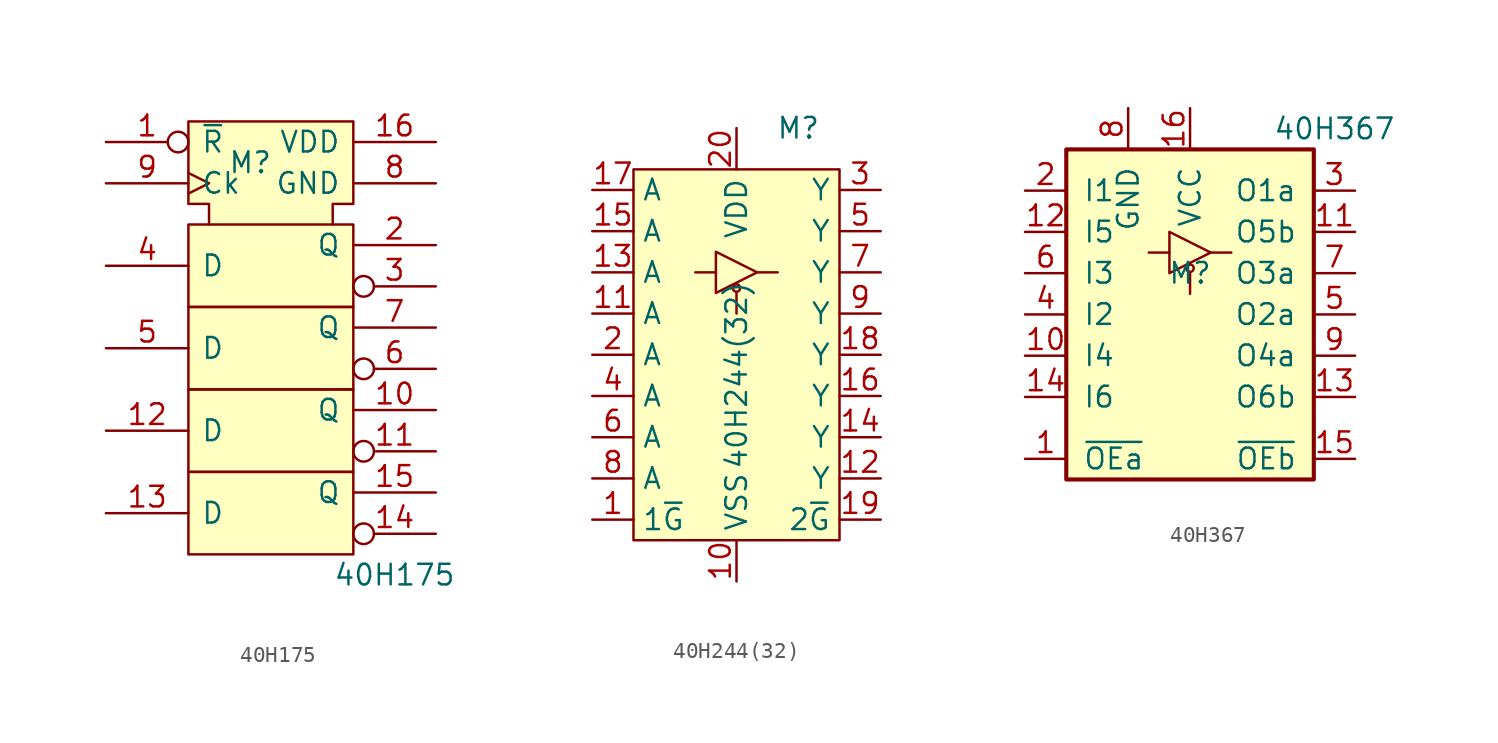
<source format=kicad_sym>
(kicad_symbol_lib
  (version 20211014)
  (generator kicad_symbol_editor)
  (symbol "40H175"
    (pin_names
      (offset 0.762))
    (property "Reference" "M"
      (at -1.27 10.16 0)
      (effects (font (size 1.27 1.27))))
    (property "Value" "40H175"
      (at 7.62 -15.24 0)
      (effects (font (size 1.27 1.27))))
    (symbol "40H175_0_1"
      (rectangle (start -5.08 -8.89) (end 5.08 -13.97) (stroke (width 0) (type default) (color 0 0 0 0)) (fill (type background)))
      (rectangle (start -5.08 1.27) (end 5.08 -3.81) (stroke (width 0) (type default) (color 0 0 0 0)) (fill (type background)))
      (polyline (pts (xy -3.81 6.35) (xy -3.81 7.62) (xy -5.08 7.62) (xy -5.08 12.7) (xy 5.08 12.7) (xy 5.08 7.62) (xy 3.81 7.62) (xy 3.81 6.35) (xy 3.81 6.35)) (stroke (width 0) (type default) (color 0 0 0 0)) (fill (type background)))
      (rectangle (start 5.08 -3.81) (end -5.08 -8.89) (stroke (width 0) (type default) (color 0 0 0 0)) (fill (type background)))
      (rectangle (start 5.08 6.35) (end -5.08 1.27) (stroke (width 0) (type default) (color 0 0 0 0)) (fill (type background))))
    (symbol "40H175_1_0"
      (pin input inverted (at -10.16 11.43 0) (length 5.08) (name "~{R}" (effects (font (size 1.27 1.27)))) (number "1" (effects (font (size 1.27 1.27)))))
      (pin output line (at 10.16 -5.08 180) (length 5.08) (name "Q" (effects (font (size 1.27 1.27)))) (number "10" (effects (font (size 1.27 1.27)))))
      (pin output inverted (at 10.16 -7.62 180) (length 5.08) (name "~" (effects (font (size 1.27 1.27)))) (number "11" (effects (font (size 1.27 1.27)))))
      (pin input line (at -10.16 -6.35 0) (length 5.08) (name "D" (effects (font (size 1.27 1.27)))) (number "12" (effects (font (size 1.27 1.27)))))
      (pin input line (at -10.16 -11.43 0) (length 5.08) (name "D" (effects (font (size 1.27 1.27)))) (number "13" (effects (font (size 1.27 1.27)))))
      (pin output inverted (at 10.16 -12.7 180) (length 5.08) (name "~" (effects (font (size 1.27 1.27)))) (number "14" (effects (font (size 1.27 1.27)))))
      (pin output line (at 10.16 -10.16 180) (length 5.08) (name "Q" (effects (font (size 1.27 1.27)))) (number "15" (effects (font (size 1.27 1.27)))))
      (pin power_in line (at 10.16 11.43 180) (length 5.08) (name "VDD" (effects (font (size 1.27 1.27)))) (number "16" (effects (font (size 1.27 1.27)))))
      (pin output line (at 10.16 5.08 180) (length 5.08) (name "Q" (effects (font (size 1.27 1.27)))) (number "2" (effects (font (size 1.27 1.27)))))
      (pin output inverted (at 10.16 2.54 180) (length 5.08) (name "~" (effects (font (size 1.27 1.27)))) (number "3" (effects (font (size 1.27 1.27)))))
      (pin input line (at -10.16 3.81 0) (length 5.08) (name "D" (effects (font (size 1.27 1.27)))) (number "4" (effects (font (size 1.27 1.27)))))
      (pin input line (at -10.16 -1.27 0) (length 5.08) (name "D" (effects (font (size 1.27 1.27)))) (number "5" (effects (font (size 1.27 1.27)))))
      (pin output inverted (at 10.16 -2.54 180) (length 5.08) (name "~" (effects (font (size 1.27 1.27)))) (number "6" (effects (font (size 1.27 1.27)))))
      (pin output line (at 10.16 0 180) (length 5.08) (name "Q" (effects (font (size 1.27 1.27)))) (number "7" (effects (font (size 1.27 1.27)))))
      (pin power_in line (at 10.16 8.89 180) (length 5.08) (name "GND" (effects (font (size 1.27 1.27)))) (number "8" (effects (font (size 1.27 1.27)))))
      (pin input clock (at -10.16 8.89 0) (length 5.08) (name "Ck" (effects (font (size 1.27 1.27)))) (number "9" (effects (font (size 1.27 1.27)))))))
  (symbol "40H244(32)"
    (property "Reference" "M"
      (at 3.81 13.97 0)
      (effects (font (size 1.27 1.27))))
    (property "Value" "40H244(32)"
      (at 0 -1.27 90)
      (effects (font (size 1.27 1.27))))
    (symbol "40H244(32)_0_1"
      (rectangle (start -6.35 11.43) (end 6.35 -11.43) (stroke (width 0) (type default) (color 0 0 0 0)) (fill (type background)))
      (polyline (pts (xy -1.27 5.08) (xy -2.54 5.08)) (stroke (width 0) (type default) (color 0 0 0 0)) (fill (type none)))
      (polyline (pts (xy 0 3.81) (xy 0 2.54)) (stroke (width 0) (type default) (color 0 0 0 0)) (fill (type none)))
      (polyline (pts (xy 1.27 5.08) (xy 2.54 5.08)) (stroke (width 0) (type default) (color 0 0 0 0)) (fill (type none)))
      (polyline (pts (xy -1.27 6.35) (xy -1.27 3.81) (xy 1.27 5.08) (xy -1.27 6.35)) (stroke (width 0) (type default) (color 0 0 0 0)) (fill (type none)))
      (circle (center 0 4.115) (radius 0.227) (stroke (width 0) (type default) (color 0 0 0 0)) (fill (type none))))
    (symbol "40H244(32)_1_1"
      (pin input line (at -8.89 -10.16 0) (length 2.54) (name "1~{G}" (effects (font (size 1.27 1.27)))) (number "1" (effects (font (size 1.27 1.27)))))
      (pin power_in line (at 0 -13.97 90) (length 2.54) (name "VSS" (effects (font (size 1.27 1.27)))) (number "10" (effects (font (size 1.27 1.27)))))
      (pin input line (at -8.89 2.54 0) (length 2.54) (name "A" (effects (font (size 1.27 1.27)))) (number "11" (effects (font (size 1.27 1.27)))))
      (pin tri_state line (at 8.89 -7.62 180) (length 2.54) (name "Y" (effects (font (size 1.27 1.27)))) (number "12" (effects (font (size 1.27 1.27)))))
      (pin input line (at -8.89 5.08 0) (length 2.54) (name "A" (effects (font (size 1.27 1.27)))) (number "13" (effects (font (size 1.27 1.27)))))
      (pin tri_state line (at 8.89 -5.08 180) (length 2.54) (name "Y" (effects (font (size 1.27 1.27)))) (number "14" (effects (font (size 1.27 1.27)))))
      (pin input line (at -8.89 7.62 0) (length 2.54) (name "A" (effects (font (size 1.27 1.27)))) (number "15" (effects (font (size 1.27 1.27)))))
      (pin tri_state line (at 8.89 -2.54 180) (length 2.54) (name "Y" (effects (font (size 1.27 1.27)))) (number "16" (effects (font (size 1.27 1.27)))))
      (pin input line (at -8.89 10.16 0) (length 2.54) (name "A" (effects (font (size 1.27 1.27)))) (number "17" (effects (font (size 1.27 1.27)))))
      (pin tri_state line (at 8.89 0 180) (length 2.54) (name "Y" (effects (font (size 1.27 1.27)))) (number "18" (effects (font (size 1.27 1.27)))))
      (pin input line (at 8.89 -10.16 180) (length 2.54) (name "2~{G}" (effects (font (size 1.27 1.27)))) (number "19" (effects (font (size 1.27 1.27)))))
      (pin input line (at -8.89 0 0) (length 2.54) (name "A" (effects (font (size 1.27 1.27)))) (number "2" (effects (font (size 1.27 1.27)))))
      (pin power_in line (at 0 13.97 270) (length 2.54) (name "VDD" (effects (font (size 1.27 1.27)))) (number "20" (effects (font (size 1.27 1.27)))))
      (pin tri_state line (at 8.89 10.16 180) (length 2.54) (name "Y" (effects (font (size 1.27 1.27)))) (number "3" (effects (font (size 1.27 1.27)))))
      (pin input line (at -8.89 -2.54 0) (length 2.54) (name "A" (effects (font (size 1.27 1.27)))) (number "4" (effects (font (size 1.27 1.27)))))
      (pin tri_state line (at 8.89 7.62 180) (length 2.54) (name "Y" (effects (font (size 1.27 1.27)))) (number "5" (effects (font (size 1.27 1.27)))))
      (pin input line (at -8.89 -5.08 0) (length 2.54) (name "A" (effects (font (size 1.27 1.27)))) (number "6" (effects (font (size 1.27 1.27)))))
      (pin tri_state line (at 8.89 5.08 180) (length 2.54) (name "Y" (effects (font (size 1.27 1.27)))) (number "7" (effects (font (size 1.27 1.27)))))
      (pin input line (at -8.89 -7.62 0) (length 2.54) (name "A" (effects (font (size 1.27 1.27)))) (number "8" (effects (font (size 1.27 1.27)))))
      (pin tri_state line (at 8.89 2.54 180) (length 2.54) (name "Y" (effects (font (size 1.27 1.27)))) (number "9" (effects (font (size 1.27 1.27)))))))
  (symbol "40H367"
    (pin_names
      (offset 1.016))
    (property "Reference" "M"
      (at 0 5.08 0)
      (effects (font (size 1.27 1.27))))
    (property "Value" "40H367"
      (at 8.89 13.97 0)
      (effects (font (size 1.27 1.27))))
    (symbol "40H367_0_1"
      (polyline (pts (xy -1.27 6.35) (xy -2.54 6.35)) (stroke (width 0) (type default) (color 0 0 0 0)) (fill (type none)))
      (polyline (pts (xy 0 5.08) (xy 0 3.81)) (stroke (width 0) (type default) (color 0 0 0 0)) (fill (type none)))
      (polyline (pts (xy 1.27 6.35) (xy 2.54 6.35)) (stroke (width 0) (type default) (color 0 0 0 0)) (fill (type none)))
      (polyline (pts (xy -1.27 7.62) (xy -1.27 5.08) (xy 1.27 6.35) (xy -1.27 7.62)) (stroke (width 0) (type default) (color 0 0 0 0)) (fill (type none)))
      (circle (center 0 5.385) (radius 0.227) (stroke (width 0) (type default) (color 0 0 0 0)) (fill (type none))))
    (symbol "40H367_1_0"
      (pin input line (at -10.16 -6.35 0) (length 2.54) (name "~{OEa}" (effects (font (size 1.27 1.27)))) (number "1" (effects (font (size 1.27 1.27)))))
      (pin input line (at -10.16 0 0) (length 2.54) (name "I4" (effects (font (size 1.27 1.27)))) (number "10" (effects (font (size 1.27 1.27)))))
      (pin tri_state line (at 10.16 7.62 180) (length 2.54) (name "O5b" (effects (font (size 1.27 1.27)))) (number "11" (effects (font (size 1.27 1.27)))))
      (pin input line (at -10.16 7.62 0) (length 2.54) (name "I5" (effects (font (size 1.27 1.27)))) (number "12" (effects (font (size 1.27 1.27)))))
      (pin tri_state line (at 10.16 -2.54 180) (length 2.54) (name "O6b" (effects (font (size 1.27 1.27)))) (number "13" (effects (font (size 1.27 1.27)))))
      (pin input line (at -10.16 -2.54 0) (length 2.54) (name "I6" (effects (font (size 1.27 1.27)))) (number "14" (effects (font (size 1.27 1.27)))))
      (pin input line (at 10.16 -6.35 180) (length 2.54) (name "~{OEb}" (effects (font (size 1.27 1.27)))) (number "15" (effects (font (size 1.27 1.27)))))
      (pin power_in line (at 0 15.24 270) (length 2.54) (name "VCC" (effects (font (size 1.27 1.27)))) (number "16" (effects (font (size 1.27 1.27)))))
      (pin input line (at -10.16 10.16 0) (length 2.54) (name "I1" (effects (font (size 1.27 1.27)))) (number "2" (effects (font (size 1.27 1.27)))))
      (pin tri_state line (at 10.16 10.16 180) (length 2.54) (name "O1a" (effects (font (size 1.27 1.27)))) (number "3" (effects (font (size 1.27 1.27)))))
      (pin input line (at -10.16 2.54 0) (length 2.54) (name "I2" (effects (font (size 1.27 1.27)))) (number "4" (effects (font (size 1.27 1.27)))))
      (pin tri_state line (at 10.16 2.54 180) (length 2.54) (name "O2a" (effects (font (size 1.27 1.27)))) (number "5" (effects (font (size 1.27 1.27)))))
      (pin input line (at -10.16 5.08 0) (length 2.54) (name "I3" (effects (font (size 1.27 1.27)))) (number "6" (effects (font (size 1.27 1.27)))))
      (pin tri_state line (at 10.16 5.08 180) (length 2.54) (name "O3a" (effects (font (size 1.27 1.27)))) (number "7" (effects (font (size 1.27 1.27)))))
      (pin power_in line (at -3.81 15.24 270) (length 2.54) (name "GND" (effects (font (size 1.27 1.27)))) (number "8" (effects (font (size 1.27 1.27)))))
      (pin tri_state line (at 10.16 0 180) (length 2.54) (name "O4a" (effects (font (size 1.27 1.27)))) (number "9" (effects (font (size 1.27 1.27))))))
    (symbol "40H367_1_1"
      (rectangle (start -7.62 12.7) (end 7.62 -7.62) (stroke (width 0.254) (type default) (color 0 0 0 0)) (fill (type background))))))
</source>
